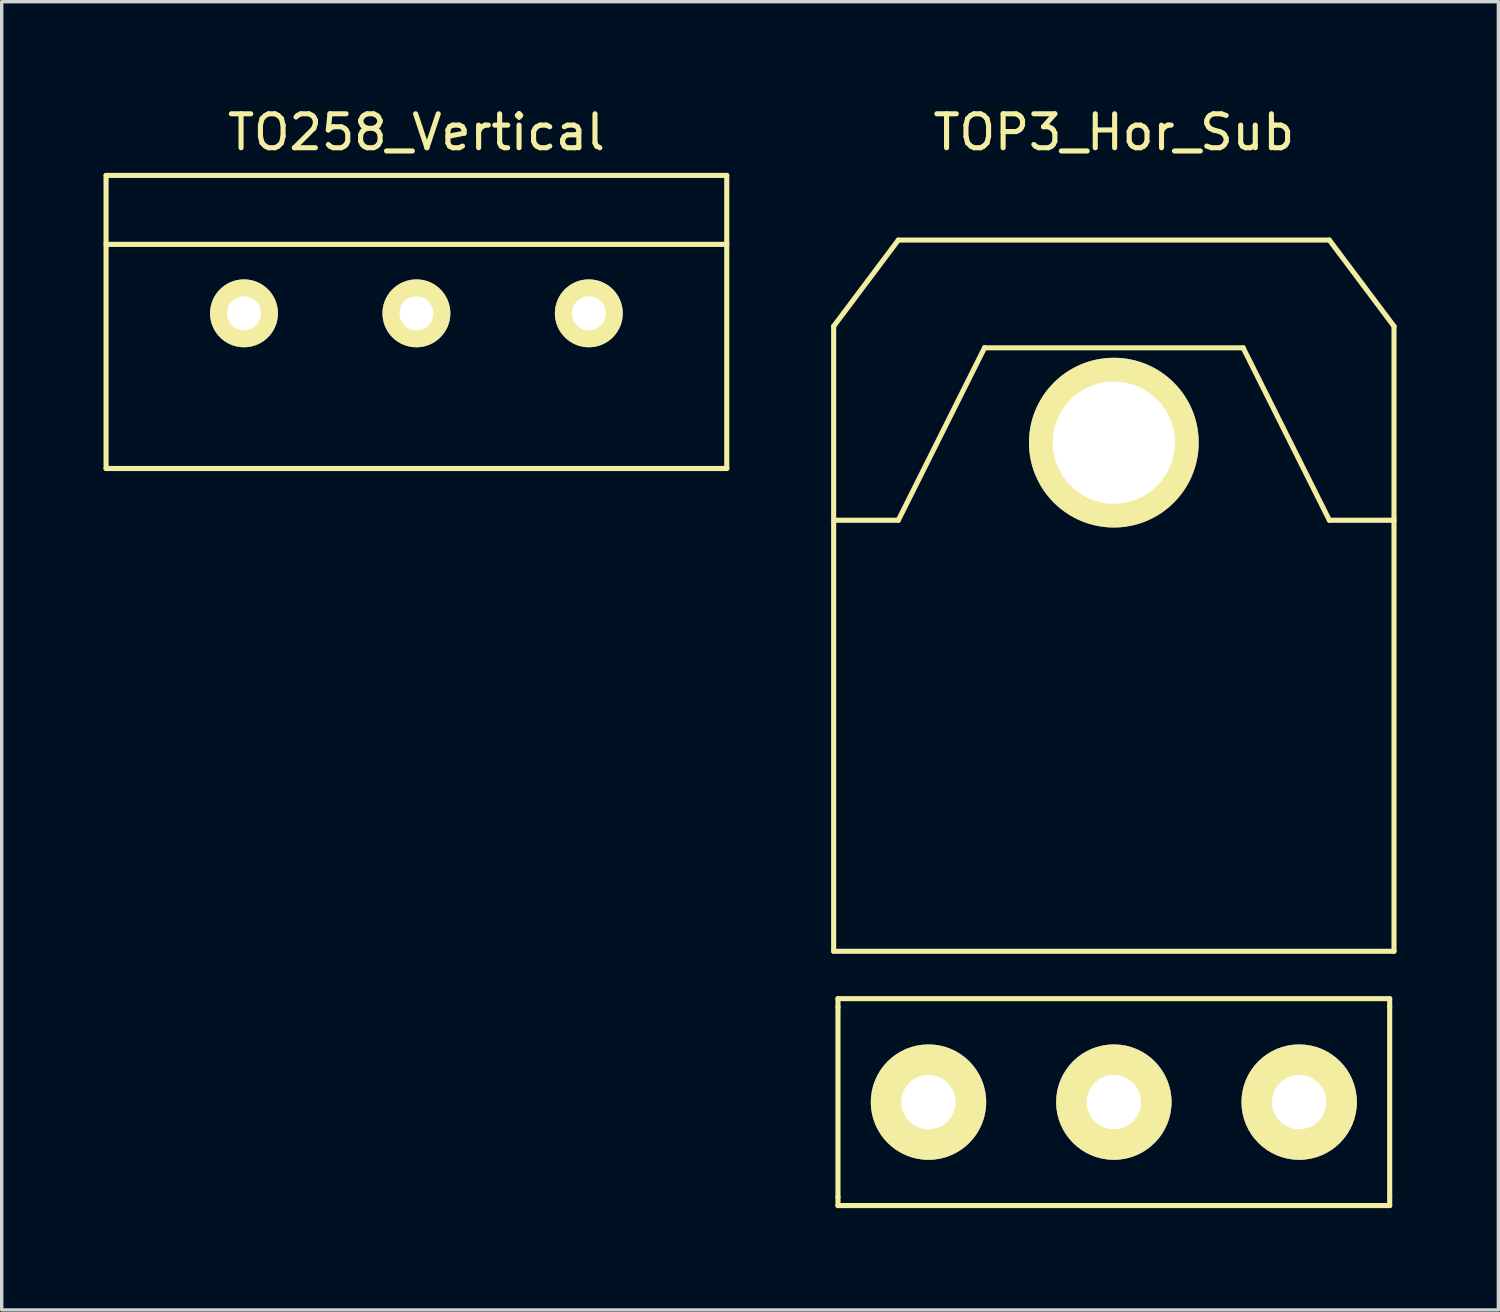
<source format=kicad_pcb>
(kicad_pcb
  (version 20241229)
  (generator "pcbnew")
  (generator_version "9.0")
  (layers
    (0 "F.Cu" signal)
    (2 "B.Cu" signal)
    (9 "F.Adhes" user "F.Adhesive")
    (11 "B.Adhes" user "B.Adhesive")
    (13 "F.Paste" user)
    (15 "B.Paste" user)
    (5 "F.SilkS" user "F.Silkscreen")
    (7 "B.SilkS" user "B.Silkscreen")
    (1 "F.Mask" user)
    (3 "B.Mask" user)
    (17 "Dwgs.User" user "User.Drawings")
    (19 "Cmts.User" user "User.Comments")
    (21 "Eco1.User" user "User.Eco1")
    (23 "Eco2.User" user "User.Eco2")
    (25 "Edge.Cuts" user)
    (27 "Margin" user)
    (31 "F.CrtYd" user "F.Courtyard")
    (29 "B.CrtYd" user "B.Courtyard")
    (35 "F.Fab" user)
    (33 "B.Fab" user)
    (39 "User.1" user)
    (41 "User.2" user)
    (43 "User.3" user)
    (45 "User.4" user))
  (footprint "TOP3_Hor_Sub"
    (layer "F.Cu")
    (at 29.768 29.423)
    (property "Reference" "TOP3_Hor_Sub" (at 0 -28.575 0) (layer "F.SilkS") (effects (font (size 1 1) (thickness 0.15))))
    (attr through_hole)
    (fp_line (start -8.255 -22.86) (end -8.255 -4.445) (stroke (width 0.15) (type solid)) (layer "F.SilkS"))
    (fp_line (start -8.255 -17.145) (end -6.35 -17.145) (stroke (width 0.15) (type solid)) (layer "F.SilkS"))
    (fp_line (start -8.255 -4.445) (end 8.255 -4.445) (stroke (width 0.15) (type solid)) (layer "F.SilkS"))
    (fp_line (start -8.128 -3.048) (end 8.128 -3.048) (stroke (width 0.15) (type solid)) (layer "F.SilkS"))
    (fp_line (start -8.128 -2.794) (end -8.128 -3.048) (stroke (width 0.15) (type solid)) (layer "F.SilkS"))
    (fp_line (start -8.128 -2.794) (end -8.128 2.794) (stroke (width 0.15) (type solid)) (layer "F.SilkS"))
    (fp_line (start -8.128 2.794) (end -8.128 3.048) (stroke (width 0.15) (type solid)) (layer "F.SilkS"))
    (fp_line (start -8.128 3.048) (end 8.128 3.048) (stroke (width 0.15) (type solid)) (layer "F.SilkS"))
    (fp_line (start -6.35 -25.4) (end -8.255 -22.86) (stroke (width 0.15) (type solid)) (layer "F.SilkS"))
    (fp_line (start -6.35 -25.4) (end 6.35 -25.4) (stroke (width 0.15) (type solid)) (layer "F.SilkS"))
    (fp_line (start -6.35 -17.145) (end -3.81 -22.225) (stroke (width 0.15) (type solid)) (layer "F.SilkS"))
    (fp_line (start -3.81 -22.225) (end 3.81 -22.225) (stroke (width 0.15) (type solid)) (layer "F.SilkS"))
    (fp_line (start 3.81 -22.225) (end 6.35 -17.145) (stroke (width 0.15) (type solid)) (layer "F.SilkS"))
    (fp_line (start 6.35 -25.4) (end 8.255 -22.86) (stroke (width 0.15) (type solid)) (layer "F.SilkS"))
    (fp_line (start 6.35 -17.145) (end 8.255 -17.145) (stroke (width 0.15) (type solid)) (layer "F.SilkS"))
    (fp_line (start 8.128 -3.048) (end 8.128 -2.794) (stroke (width 0.15) (type solid)) (layer "F.SilkS"))
    (fp_line (start 8.128 2.794) (end 8.128 -2.794) (stroke (width 0.15) (type solid)) (layer "F.SilkS"))
    (fp_line (start 8.128 3.048) (end 8.128 2.794) (stroke (width 0.15) (type solid)) (layer "F.SilkS"))
    (fp_line (start 8.255 -22.86) (end 8.255 -4.445) (stroke (width 0.15) (type solid)) (layer "F.SilkS"))
    (pad "" thru_hole circle (at 0 -19.431 90) (size 5 5) (drill 3.6) (layers "*.Cu" "*.Mask" "F.SilkS"))
    (pad "1" thru_hole circle (at -5.461 0 90) (size 3.4 3.4) (drill 1.6) (layers "*.Cu" "*.Mask" "F.SilkS"))
    (pad "2" thru_hole circle (at 0 0 90) (size 3.4 3.4) (drill 1.6) (layers "*.Cu" "*.Mask" "F.SilkS"))
    (pad "3" thru_hole circle (at 5.461 0 90) (size 3.4 3.4) (drill 1.6) (layers "*.Cu" "*.Mask" "F.SilkS")))
  (footprint "TO258_Vertical"
    (layer "F.Cu")
    (at 9.219 6.182)
    (property "Reference" "TO258_Vertical" (at 0 -5.334 0) (layer "F.SilkS") (effects (font (size 1 1) (thickness 0.15))))
    (attr through_hole)
    (fp_line (start -9.144 -4.064) (end 9.144 -4.064) (stroke (width 0.15) (type solid)) (layer "F.SilkS"))
    (fp_line (start -9.144 -2.032) (end 9.144 -2.032) (stroke (width 0.15) (type solid)) (layer "F.SilkS"))
    (fp_line (start -9.144 4.572) (end -9.144 -4.064) (stroke (width 0.15) (type solid)) (layer "F.SilkS"))
    (fp_line (start 9.144 -4.064) (end 9.144 4.572) (stroke (width 0.15) (type solid)) (layer "F.SilkS"))
    (fp_line (start 9.144 4.572) (end -9.144 4.572) (stroke (width 0.15) (type solid)) (layer "F.SilkS"))
    (pad "1" thru_hole circle (at -5.08 0) (size 2 2) (drill 1) (layers "*.Cu" "*.Mask" "F.SilkS"))
    (pad "2" thru_hole circle (at 0 0) (size 2 2) (drill 1) (layers "*.Cu" "*.Mask" "F.SilkS"))
    (pad "3" thru_hole circle (at 5.08 0) (size 2 2) (drill 1) (layers "*.Cu" "*.Mask" "F.SilkS")))
  (gr_rect
    (start -3 -3)
    (end 41.098 35.546)
    (stroke (width 0.1) (type default))
    (fill no)
    (layer "Edge.Cuts")))
</source>
